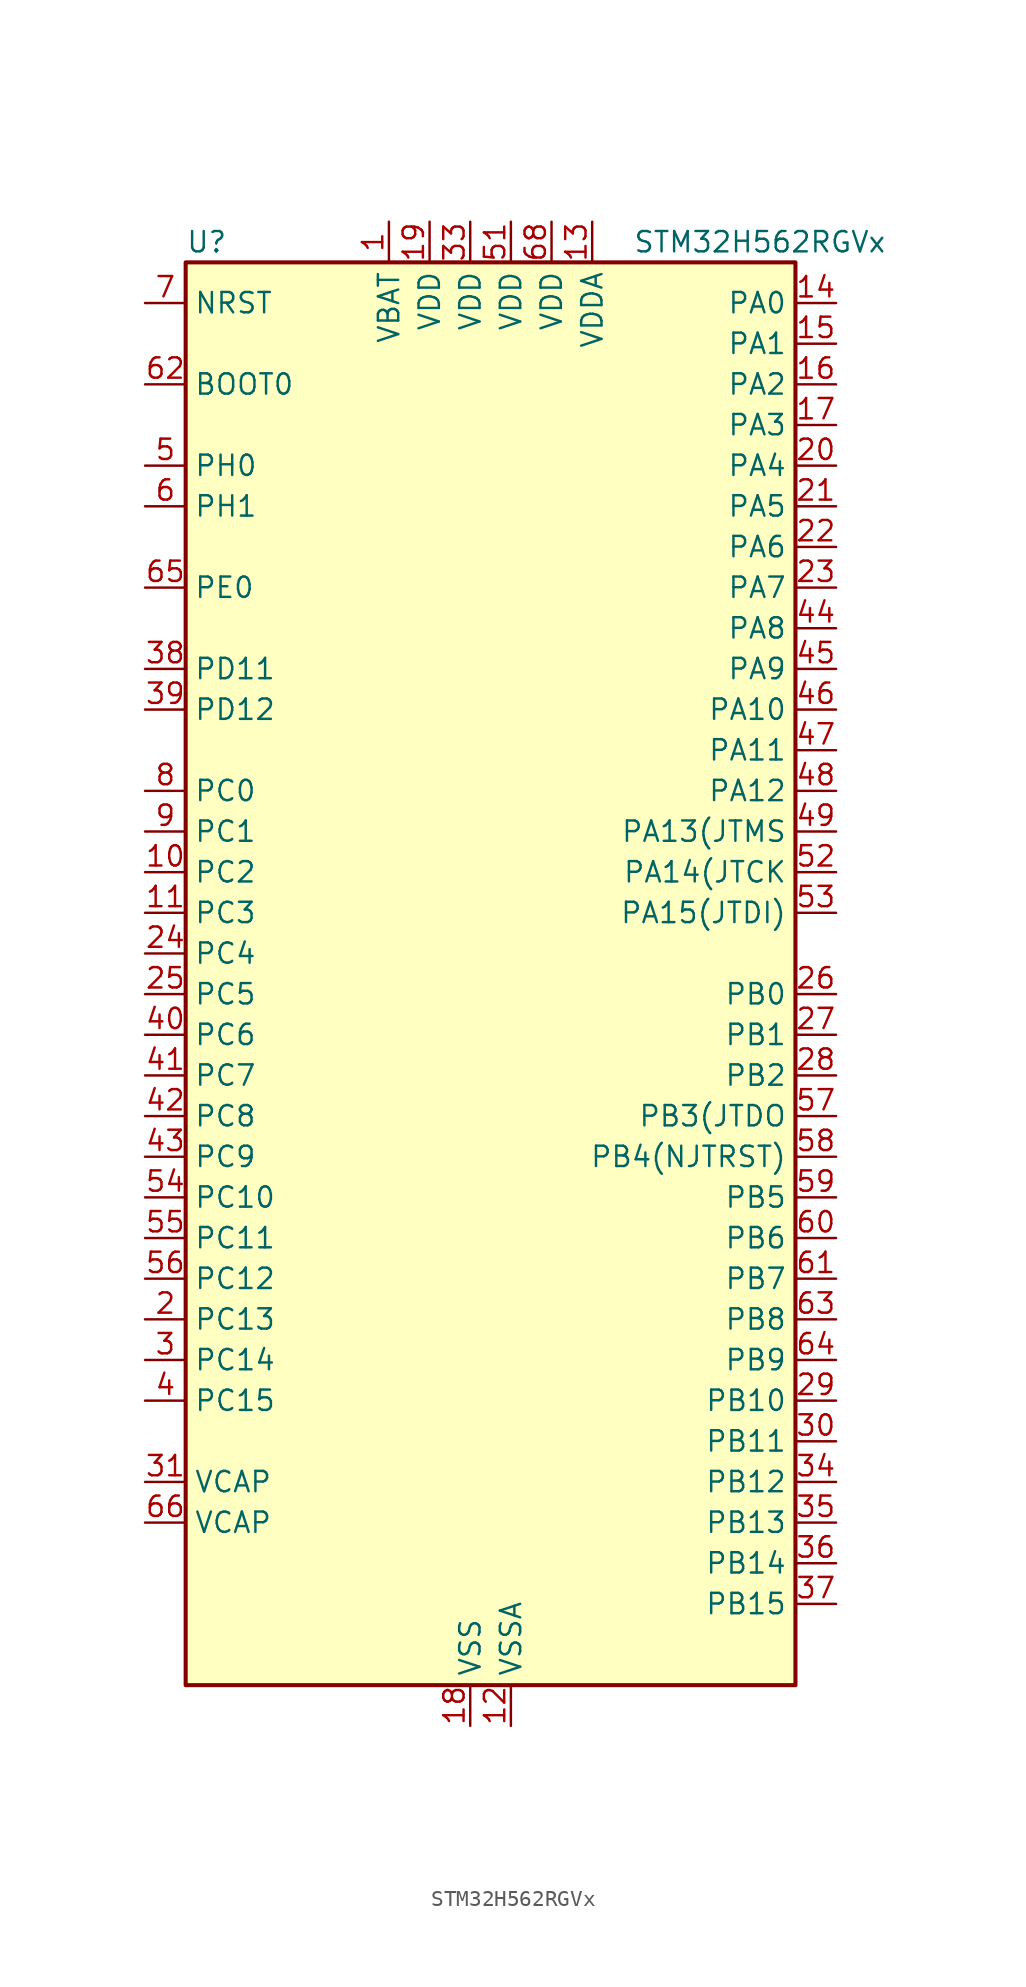
<source format=kicad_sym>
(kicad_symbol_lib
  (version 20231120)
  (generator "kicad_symbol_editor")
  (generator_version "8.0")
  (symbol "STM32H562RGVx"
    (property "Reference" "U"
      (at -17.78 46.99 0)
      (effects (font (size 1.27 1.27)) (justify left)))
    (property "Value" "STM32H562RGVx"
      (at 10.16 46.99 0)
      (effects (font (size 1.27 1.27)) (justify left)))
    (property "ki_locked" ""
      (at 0 0 0)
      (effects (font (size 1.27 1.27))))
    (symbol "STM32H562RGVx_0_1"
      (rectangle (start -17.78 -43.18) (end 20.32 45.72) (stroke (width 0.254) (type default)) (fill (type background))))
    (symbol "STM32H562RGVx_1_1"
      (pin power_in line (at -5.08 48.26 270) (length 2.54) (name "VBAT" (effects (font (size 1.27 1.27)))) (number "1" (effects (font (size 1.27 1.27)))))
      (pin bidirectional line (at -20.32 7.62 0) (length 2.54) (name "PC2" (effects (font (size 1.27 1.27)))) (number "10" (effects (font (size 1.27 1.27)))) (alternate "ADC1_INN11" bidirectional line) (alternate "ADC1_INP12" bidirectional line) (alternate "ADC2_INN11" bidirectional line) (alternate "ADC2_INP12" bidirectional line) (alternate "I2S2_SDI" bidirectional line) (alternate "OCTOSPI1_IO2" bidirectional line) (alternate "OCTOSPI1_IO5" bidirectional line) (alternate "PWR_CSLEEP" bidirectional line) (alternate "SPI2_MISO" bidirectional line) (alternate "TIM17_CH1" bidirectional line) (alternate "TIM4_CH4" bidirectional line))
      (pin bidirectional line (at -20.32 5.08 0) (length 2.54) (name "PC3" (effects (font (size 1.27 1.27)))) (number "11" (effects (font (size 1.27 1.27)))) (alternate "ADC1_INN12" bidirectional line) (alternate "ADC1_INP13" bidirectional line) (alternate "ADC2_INN12" bidirectional line) (alternate "ADC2_INP13" bidirectional line) (alternate "I2S2_SDO" bidirectional line) (alternate "LPTIM3_CH1" bidirectional line) (alternate "OCTOSPI1_IO0" bidirectional line) (alternate "OCTOSPI1_IO6" bidirectional line) (alternate "PWR_CSTOP" bidirectional line) (alternate "SAI1_D3" bidirectional line) (alternate "SPI2_MOSI" bidirectional line))
      (pin power_in line (at 2.54 -45.72 90) (length 2.54) (name "VSSA" (effects (font (size 1.27 1.27)))) (number "12" (effects (font (size 1.27 1.27)))))
      (pin power_in line (at 7.62 48.26 270) (length 2.54) (name "VDDA" (effects (font (size 1.27 1.27)))) (number "13" (effects (font (size 1.27 1.27)))))
      (pin bidirectional line (at 22.86 43.18 180) (length 2.54) (name "PA0" (effects (font (size 1.27 1.27)))) (number "14" (effects (font (size 1.27 1.27)))) (alternate "ADC1_INN1" bidirectional line) (alternate "ADC1_INP0" bidirectional line) (alternate "ADC2_INN1" bidirectional line) (alternate "ADC2_INP0" bidirectional line) (alternate "PWR_WKUP1" bidirectional line) (alternate "SAI2_SD_B" bidirectional line) (alternate "SPI3_RDY" bidirectional line) (alternate "SPI6_NSS" bidirectional line) (alternate "TAMP_IN2" bidirectional line) (alternate "TAMP_OUT1" bidirectional line) (alternate "TIM15_BKIN" bidirectional line) (alternate "TIM2_CH1" bidirectional line) (alternate "TIM2_ETR" bidirectional line) (alternate "TIM5_CH1" bidirectional line) (alternate "TIM8_ETR" bidirectional line) (alternate "UART4_TX" bidirectional line) (alternate "USART2_CTS" bidirectional line) (alternate "USART2_NSS" bidirectional line))
      (pin bidirectional line (at 22.86 40.64 180) (length 2.54) (name "PA1" (effects (font (size 1.27 1.27)))) (number "15" (effects (font (size 1.27 1.27)))) (alternate "ADC1_INP1" bidirectional line) (alternate "ADC2_INP1" bidirectional line) (alternate "LPTIM1_IN1" bidirectional line) (alternate "OCTOSPI1_DQS" bidirectional line) (alternate "OCTOSPI1_IO3" bidirectional line) (alternate "SAI2_MCLK_B" bidirectional line) (alternate "TAMP_IN5" bidirectional line) (alternate "TAMP_OUT4" bidirectional line) (alternate "TIM15_CH1N" bidirectional line) (alternate "TIM2_CH2" bidirectional line) (alternate "TIM5_CH2" bidirectional line) (alternate "UART4_RX" bidirectional line) (alternate "USART2_RTS" bidirectional line))
      (pin bidirectional line (at 22.86 38.1 180) (length 2.54) (name "PA2" (effects (font (size 1.27 1.27)))) (number "16" (effects (font (size 1.27 1.27)))) (alternate "ADC1_INP14" bidirectional line) (alternate "ADC2_INP14" bidirectional line) (alternate "LPTIM1_IN2" bidirectional line) (alternate "PWR_WKUP2" bidirectional line) (alternate "SAI2_SCK_B" bidirectional line) (alternate "TAMP_IN4" bidirectional line) (alternate "TAMP_OUT3" bidirectional line) (alternate "TIM15_CH1" bidirectional line) (alternate "TIM2_CH3" bidirectional line) (alternate "TIM5_CH3" bidirectional line) (alternate "USART2_TX" bidirectional line))
      (pin bidirectional line (at 22.86 35.56 180) (length 2.54) (name "PA3" (effects (font (size 1.27 1.27)))) (number "17" (effects (font (size 1.27 1.27)))) (alternate "ADC1_INP15" bidirectional line) (alternate "ADC2_INP15" bidirectional line) (alternate "I2S2_WS" bidirectional line) (alternate "OCTOSPI1_CLK" bidirectional line) (alternate "SAI1_SD_B" bidirectional line) (alternate "SPI2_NSS" bidirectional line) (alternate "TIM15_CH2" bidirectional line) (alternate "TIM2_CH4" bidirectional line) (alternate "TIM5_CH4" bidirectional line) (alternate "USART2_RX" bidirectional line))
      (pin power_in line (at 0 -45.72 90) (length 2.54) (name "VSS" (effects (font (size 1.27 1.27)))) (number "18" (effects (font (size 1.27 1.27)))))
      (pin power_in line (at -2.54 48.26 270) (length 2.54) (name "VDD" (effects (font (size 1.27 1.27)))) (number "19" (effects (font (size 1.27 1.27)))))
      (pin bidirectional line (at -20.32 -20.32 0) (length 2.54) (name "PC13" (effects (font (size 1.27 1.27)))) (number "2" (effects (font (size 1.27 1.27)))) (alternate "PWR_WKUP4" bidirectional line) (alternate "RTC_OUT1" bidirectional line) (alternate "RTC_TS" bidirectional line) (alternate "TAMP_IN1" bidirectional line) (alternate "TAMP_OUT2" bidirectional line) (alternate "TAMP_OUT3" bidirectional line))
      (pin bidirectional line (at 22.86 33.02 180) (length 2.54) (name "PA4" (effects (font (size 1.27 1.27)))) (number "20" (effects (font (size 1.27 1.27)))) (alternate "ADC1_INP18" bidirectional line) (alternate "ADC2_INP18" bidirectional line) (alternate "DAC1_OUT1" bidirectional line) (alternate "DCMI_HSYNC" bidirectional line) (alternate "I2S1_WS" bidirectional line) (alternate "I2S3_WS" bidirectional line) (alternate "LPTIM2_CH1" bidirectional line) (alternate "PSSI_DE" bidirectional line) (alternate "SPI1_NSS" bidirectional line) (alternate "SPI3_NSS" bidirectional line) (alternate "SPI6_NSS" bidirectional line) (alternate "TIM5_ETR" bidirectional line) (alternate "USART2_CK" bidirectional line))
      (pin bidirectional line (at 22.86 30.48 180) (length 2.54) (name "PA5" (effects (font (size 1.27 1.27)))) (number "21" (effects (font (size 1.27 1.27)))) (alternate "ADC1_INN18" bidirectional line) (alternate "ADC1_INP19" bidirectional line) (alternate "ADC2_INN18" bidirectional line) (alternate "ADC2_INP19" bidirectional line) (alternate "DAC1_OUT2" bidirectional line) (alternate "I2S1_CK" bidirectional line) (alternate "PSSI_D14" bidirectional line) (alternate "SPI1_SCK" bidirectional line) (alternate "SPI6_SCK" bidirectional line) (alternate "TIM2_CH1" bidirectional line) (alternate "TIM2_ETR" bidirectional line) (alternate "TIM8_CH1N" bidirectional line))
      (pin bidirectional line (at 22.86 27.94 180) (length 2.54) (name "PA6" (effects (font (size 1.27 1.27)))) (number "22" (effects (font (size 1.27 1.27)))) (alternate "ADC1_INP3" bidirectional line) (alternate "ADC2_INP3" bidirectional line) (alternate "DCMI_PIXCLK" bidirectional line) (alternate "I2S1_SDI" bidirectional line) (alternate "OCTOSPI1_IO3" bidirectional line) (alternate "PSSI_PDCK" bidirectional line) (alternate "SPI1_MISO" bidirectional line) (alternate "SPI6_MISO" bidirectional line) (alternate "TIM13_CH1" bidirectional line) (alternate "TIM1_BKIN" bidirectional line) (alternate "TIM3_CH1" bidirectional line) (alternate "TIM8_BKIN" bidirectional line) (alternate "USART11_TX" bidirectional line))
      (pin bidirectional line (at 22.86 25.4 180) (length 2.54) (name "PA7" (effects (font (size 1.27 1.27)))) (number "23" (effects (font (size 1.27 1.27)))) (alternate "ADC1_INN3" bidirectional line) (alternate "ADC1_INP7" bidirectional line) (alternate "ADC2_INN3" bidirectional line) (alternate "ADC2_INP7" bidirectional line) (alternate "I2S1_SDO" bidirectional line) (alternate "OCTOSPI1_IO2" bidirectional line) (alternate "SPI1_MOSI" bidirectional line) (alternate "SPI6_MOSI" bidirectional line) (alternate "TIM14_CH1" bidirectional line) (alternate "TIM1_CH1N" bidirectional line) (alternate "TIM3_CH2" bidirectional line) (alternate "TIM8_CH1N" bidirectional line) (alternate "USART11_RX" bidirectional line))
      (pin bidirectional line (at -20.32 2.54 0) (length 2.54) (name "PC4" (effects (font (size 1.27 1.27)))) (number "24" (effects (font (size 1.27 1.27)))) (alternate "ADC1_INP4" bidirectional line) (alternate "ADC2_INP4" bidirectional line) (alternate "I2S1_MCK" bidirectional line) (alternate "LPTIM2_ETR" bidirectional line) (alternate "SAI1_CK1" bidirectional line) (alternate "TIM2_CH4" bidirectional line) (alternate "USART3_RX" bidirectional line))
      (pin bidirectional line (at -20.32 0 0) (length 2.54) (name "PC5" (effects (font (size 1.27 1.27)))) (number "25" (effects (font (size 1.27 1.27)))) (alternate "ADC1_INN4" bidirectional line) (alternate "ADC1_INP8" bidirectional line) (alternate "ADC2_INN4" bidirectional line) (alternate "ADC2_INP8" bidirectional line) (alternate "OCTOSPI1_DQS" bidirectional line) (alternate "PSSI_D15" bidirectional line) (alternate "SAI1_D3" bidirectional line) (alternate "SAI1_FS_A" bidirectional line) (alternate "TIM1_CH4N" bidirectional line))
      (pin bidirectional line (at 22.86 0 180) (length 2.54) (name "PB0" (effects (font (size 1.27 1.27)))) (number "26" (effects (font (size 1.27 1.27)))) (alternate "ADC1_INN5" bidirectional line) (alternate "ADC1_INP9" bidirectional line) (alternate "ADC2_INN5" bidirectional line) (alternate "ADC2_INP9" bidirectional line) (alternate "LPTIM3_CH1" bidirectional line) (alternate "OCTOSPI1_IO1" bidirectional line) (alternate "TIM1_CH2N" bidirectional line) (alternate "TIM3_CH3" bidirectional line) (alternate "TIM8_CH2N" bidirectional line) (alternate "UART4_CTS" bidirectional line) (alternate "USART11_CK" bidirectional line))
      (pin bidirectional line (at 22.86 -2.54 180) (length 2.54) (name "PB1" (effects (font (size 1.27 1.27)))) (number "27" (effects (font (size 1.27 1.27)))) (alternate "ADC1_INP5" bidirectional line) (alternate "ADC2_INP5" bidirectional line) (alternate "LPTIM3_CH2" bidirectional line) (alternate "OCTOSPI1_IO0" bidirectional line) (alternate "TIM1_CH3N" bidirectional line) (alternate "TIM3_CH4" bidirectional line) (alternate "TIM8_CH3N" bidirectional line))
      (pin bidirectional line (at 22.86 -5.08 180) (length 2.54) (name "PB2" (effects (font (size 1.27 1.27)))) (number "28" (effects (font (size 1.27 1.27)))) (alternate "I2S3_SDO" bidirectional line) (alternate "LPTIM1_CH1" bidirectional line) (alternate "LPTIM5_ETR" bidirectional line) (alternate "OCTOSPI1_CLK" bidirectional line) (alternate "OCTOSPI1_DQS" bidirectional line) (alternate "RCC_LSCO" bidirectional line) (alternate "RTC_OUT2" bidirectional line) (alternate "SAI1_D1" bidirectional line) (alternate "SAI1_SD_A" bidirectional line) (alternate "SDMMC1_CMD" bidirectional line) (alternate "SPI1_RDY" bidirectional line) (alternate "SPI3_MOSI" bidirectional line) (alternate "TIM8_CH4N" bidirectional line))
      (pin bidirectional line (at 22.86 -25.4 180) (length 2.54) (name "PB10" (effects (font (size 1.27 1.27)))) (number "29" (effects (font (size 1.27 1.27)))) (alternate "I2C2_SCL" bidirectional line) (alternate "I2S2_CK" bidirectional line) (alternate "LPTIM2_IN1" bidirectional line) (alternate "LPTIM3_CH1" bidirectional line) (alternate "OCTOSPI1_NCS" bidirectional line) (alternate "SPI2_SCK" bidirectional line) (alternate "TIM2_CH3" bidirectional line) (alternate "USART3_TX" bidirectional line))
      (pin bidirectional line (at -20.32 -22.86 0) (length 2.54) (name "PC14" (effects (font (size 1.27 1.27)))) (number "3" (effects (font (size 1.27 1.27)))) (alternate "RCC_OSC32_IN" bidirectional line))
      (pin bidirectional line (at 22.86 -27.94 180) (length 2.54) (name "PB11" (effects (font (size 1.27 1.27)))) (number "30" (effects (font (size 1.27 1.27)))) (alternate "ADC1_EXTI11" bidirectional line) (alternate "ADC2_EXTI11" bidirectional line) (alternate "I2C2_SDA" bidirectional line) (alternate "LPTIM2_ETR" bidirectional line) (alternate "SPI2_RDY" bidirectional line) (alternate "TIM2_CH4" bidirectional line) (alternate "USART3_RX" bidirectional line))
      (pin power_out line (at -20.32 -30.48 0) (length 2.54) (name "VCAP" (effects (font (size 1.27 1.27)))) (number "31" (effects (font (size 1.27 1.27)))))
      (pin passive line (at 0 -45.72 90) (length 2.54) hide (name "VSS" (effects (font (size 1.27 1.27)))) (number "32" (effects (font (size 1.27 1.27)))))
      (pin power_in line (at 0 48.26 270) (length 2.54) (name "VDD" (effects (font (size 1.27 1.27)))) (number "33" (effects (font (size 1.27 1.27)))))
      (pin bidirectional line (at 22.86 -30.48 180) (length 2.54) (name "PB12" (effects (font (size 1.27 1.27)))) (number "34" (effects (font (size 1.27 1.27)))) (alternate "I2C2_SDA" bidirectional line) (alternate "I2S2_WS" bidirectional line) (alternate "OCTOSPI1_NCLK" bidirectional line) (alternate "SPI2_NSS" bidirectional line) (alternate "TIM1_BKIN" bidirectional line) (alternate "UART5_RX" bidirectional line) (alternate "UCPD1_FRSTX" bidirectional line) (alternate "USART3_CK" bidirectional line))
      (pin bidirectional line (at 22.86 -33.02 180) (length 2.54) (name "PB13" (effects (font (size 1.27 1.27)))) (number "35" (effects (font (size 1.27 1.27)))) (alternate "I2C2_SMBA" bidirectional line) (alternate "I2S2_CK" bidirectional line) (alternate "LPTIM2_CH1" bidirectional line) (alternate "LPTIM3_IN1" bidirectional line) (alternate "SDMMC1_D0" bidirectional line) (alternate "SPI2_SCK" bidirectional line) (alternate "TIM1_CH1N" bidirectional line) (alternate "UART5_TX" bidirectional line) (alternate "UCPD1_CC1" bidirectional line) (alternate "USART3_CTS" bidirectional line) (alternate "USART3_NSS" bidirectional line))
      (pin bidirectional line (at 22.86 -35.56 180) (length 2.54) (name "PB14" (effects (font (size 1.27 1.27)))) (number "36" (effects (font (size 1.27 1.27)))) (alternate "I2S2_SDI" bidirectional line) (alternate "LPTIM3_ETR" bidirectional line) (alternate "SPI2_MISO" bidirectional line) (alternate "TIM12_CH1" bidirectional line) (alternate "TIM1_CH2N" bidirectional line) (alternate "TIM8_CH2N" bidirectional line) (alternate "UART4_DE" bidirectional line) (alternate "UART4_RTS" bidirectional line) (alternate "UCPD1_CC2" bidirectional line) (alternate "USART1_TX" bidirectional line) (alternate "USART3_RTS" bidirectional line))
      (pin bidirectional line (at 22.86 -38.1 180) (length 2.54) (name "PB15" (effects (font (size 1.27 1.27)))) (number "37" (effects (font (size 1.27 1.27)))) (alternate "ADC1_EXTI15" bidirectional line) (alternate "ADC2_EXTI15" bidirectional line) (alternate "DCMI_D2" bidirectional line) (alternate "I2S2_SDO" bidirectional line) (alternate "OCTOSPI1_CLK" bidirectional line) (alternate "PSSI_D2" bidirectional line) (alternate "PWR_PVD_IN" bidirectional line) (alternate "RTC_REFIN" bidirectional line) (alternate "SPI2_MOSI" bidirectional line) (alternate "TIM12_CH2" bidirectional line) (alternate "TIM1_CH3N" bidirectional line) (alternate "TIM8_CH3N" bidirectional line) (alternate "UART4_CTS" bidirectional line) (alternate "UART5_RX" bidirectional line) (alternate "USART11_CTS" bidirectional line) (alternate "USART11_NSS" bidirectional line) (alternate "USART1_RX" bidirectional line))
      (pin bidirectional line (at -20.32 20.32 0) (length 2.54) (name "PD11" (effects (font (size 1.27 1.27)))) (number "38" (effects (font (size 1.27 1.27)))) (alternate "ADC1_EXTI11" bidirectional line) (alternate "ADC2_EXTI11" bidirectional line) (alternate "I2C4_SMBA" bidirectional line) (alternate "LPTIM2_IN2" bidirectional line) (alternate "OCTOSPI1_IO0" bidirectional line) (alternate "SAI1_CK1" bidirectional line) (alternate "SAI2_SD_A" bidirectional line) (alternate "UART4_RX" bidirectional line) (alternate "USART3_CTS" bidirectional line) (alternate "USART3_NSS" bidirectional line))
      (pin bidirectional line (at -20.32 17.78 0) (length 2.54) (name "PD12" (effects (font (size 1.27 1.27)))) (number "39" (effects (font (size 1.27 1.27)))) (alternate "DCMI_D12" bidirectional line) (alternate "I2C4_SCL" bidirectional line) (alternate "I3C1_SCL" bidirectional line) (alternate "LPTIM1_IN1" bidirectional line) (alternate "LPTIM2_IN1" bidirectional line) (alternate "OCTOSPI1_IO1" bidirectional line) (alternate "PSSI_D12" bidirectional line) (alternate "SAI1_D1" bidirectional line) (alternate "SAI2_FS_A" bidirectional line) (alternate "TIM4_CH1" bidirectional line) (alternate "UART4_TX" bidirectional line) (alternate "USART3_RTS" bidirectional line))
      (pin bidirectional line (at -20.32 -25.4 0) (length 2.54) (name "PC15" (effects (font (size 1.27 1.27)))) (number "4" (effects (font (size 1.27 1.27)))) (alternate "ADC1_EXTI15" bidirectional line) (alternate "ADC2_EXTI15" bidirectional line) (alternate "RCC_OSC32_OUT" bidirectional line))
      (pin bidirectional line (at -20.32 -2.54 0) (length 2.54) (name "PC6" (effects (font (size 1.27 1.27)))) (number "40" (effects (font (size 1.27 1.27)))) (alternate "DCMI_D0" bidirectional line) (alternate "I2S2_MCK" bidirectional line) (alternate "OCTOSPI1_IO5" bidirectional line) (alternate "PSSI_D0" bidirectional line) (alternate "SAI1_SCK_A" bidirectional line) (alternate "SDMMC1_D0DIR" bidirectional line) (alternate "SDMMC1_D6" bidirectional line) (alternate "TIM3_CH1" bidirectional line) (alternate "TIM8_CH1" bidirectional line) (alternate "USART6_TX" bidirectional line))
      (pin bidirectional line (at -20.32 -5.08 0) (length 2.54) (name "PC7" (effects (font (size 1.27 1.27)))) (number "41" (effects (font (size 1.27 1.27)))) (alternate "DCMI_D1" bidirectional line) (alternate "DEBUG_TRGIO" bidirectional line) (alternate "I2S3_MCK" bidirectional line) (alternate "OCTOSPI1_IO6" bidirectional line) (alternate "PSSI_D1" bidirectional line) (alternate "SDMMC1_D123DIR" bidirectional line) (alternate "SDMMC1_D7" bidirectional line) (alternate "TIM3_CH2" bidirectional line) (alternate "TIM8_CH2" bidirectional line) (alternate "USART6_RX" bidirectional line))
      (pin bidirectional line (at -20.32 -7.62 0) (length 2.54) (name "PC8" (effects (font (size 1.27 1.27)))) (number "42" (effects (font (size 1.27 1.27)))) (alternate "DCMI_D2" bidirectional line) (alternate "DEBUG_TRACED1" bidirectional line) (alternate "PSSI_D2" bidirectional line) (alternate "SDMMC1_D0" bidirectional line) (alternate "TIM3_CH3" bidirectional line) (alternate "TIM8_CH3" bidirectional line) (alternate "UART5_DE" bidirectional line) (alternate "UART5_RTS" bidirectional line) (alternate "USART6_CK" bidirectional line))
      (pin bidirectional line (at -20.32 -10.16 0) (length 2.54) (name "PC9" (effects (font (size 1.27 1.27)))) (number "43" (effects (font (size 1.27 1.27)))) (alternate "AUDIOCLK" bidirectional line) (alternate "DAC1_EXTI9" bidirectional line) (alternate "DCMI_D3" bidirectional line) (alternate "I2C3_SDA" bidirectional line) (alternate "OCTOSPI1_IO0" bidirectional line) (alternate "PSSI_D3" bidirectional line) (alternate "RCC_MCO_2" bidirectional line) (alternate "SDMMC1_D1" bidirectional line) (alternate "TIM3_CH4" bidirectional line) (alternate "TIM8_CH4" bidirectional line) (alternate "UART5_CTS" bidirectional line) (alternate "UCPD1_DB2" bidirectional line))
      (pin bidirectional line (at 22.86 22.86 180) (length 2.54) (name "PA8" (effects (font (size 1.27 1.27)))) (number "44" (effects (font (size 1.27 1.27)))) (alternate "DCMI_D3" bidirectional line) (alternate "I2C3_SCL" bidirectional line) (alternate "PSSI_D3" bidirectional line) (alternate "RCC_MCO_1" bidirectional line) (alternate "SPI1_RDY" bidirectional line) (alternate "TIM1_CH1" bidirectional line) (alternate "TIM8_BKIN2" bidirectional line) (alternate "UART7_RX" bidirectional line) (alternate "USART1_CK" bidirectional line) (alternate "USB_SOF" bidirectional line))
      (pin bidirectional line (at 22.86 20.32 180) (length 2.54) (name "PA9" (effects (font (size 1.27 1.27)))) (number "45" (effects (font (size 1.27 1.27)))) (alternate "DAC1_EXTI9" bidirectional line) (alternate "DCMI_D0" bidirectional line) (alternate "I2C3_SMBA" bidirectional line) (alternate "I2S2_CK" bidirectional line) (alternate "LPUART1_TX" bidirectional line) (alternate "PSSI_D0" bidirectional line) (alternate "SPI2_SCK" bidirectional line) (alternate "TIM1_CH2" bidirectional line) (alternate "UCPD1_DB1" bidirectional line) (alternate "USART1_TX" bidirectional line))
      (pin bidirectional line (at 22.86 17.78 180) (length 2.54) (name "PA10" (effects (font (size 1.27 1.27)))) (number "46" (effects (font (size 1.27 1.27)))) (alternate "DCMI_D1" bidirectional line) (alternate "LPTIM2_IN2" bidirectional line) (alternate "LPUART1_RX" bidirectional line) (alternate "PSSI_D1" bidirectional line) (alternate "SDMMC1_D0" bidirectional line) (alternate "TIM1_CH3" bidirectional line) (alternate "UCPD1_FRSTX" bidirectional line) (alternate "USART1_RX" bidirectional line))
      (pin bidirectional line (at 22.86 15.24 180) (length 2.54) (name "PA11" (effects (font (size 1.27 1.27)))) (number "47" (effects (font (size 1.27 1.27)))) (alternate "ADC1_EXTI11" bidirectional line) (alternate "ADC2_EXTI11" bidirectional line) (alternate "FDCAN1_RX" bidirectional line) (alternate "I2S2_WS" bidirectional line) (alternate "LPUART1_CTS" bidirectional line) (alternate "SPI2_NSS" bidirectional line) (alternate "TIM1_CH4" bidirectional line) (alternate "UART4_RX" bidirectional line) (alternate "USART1_CTS" bidirectional line) (alternate "USART1_NSS" bidirectional line) (alternate "USB_DM" bidirectional line))
      (pin bidirectional line (at 22.86 12.7 180) (length 2.54) (name "PA12" (effects (font (size 1.27 1.27)))) (number "48" (effects (font (size 1.27 1.27)))) (alternate "FDCAN1_TX" bidirectional line) (alternate "I2S2_CK" bidirectional line) (alternate "LPUART1_RTS" bidirectional line) (alternate "SAI2_FS_B" bidirectional line) (alternate "SPI2_SCK" bidirectional line) (alternate "TIM1_ETR" bidirectional line) (alternate "UART4_TX" bidirectional line) (alternate "USART1_RTS" bidirectional line) (alternate "USB_DP" bidirectional line))
      (pin bidirectional line (at 22.86 10.16 180) (length 2.54) (name "PA13(JTMS" (effects (font (size 1.27 1.27)))) (number "49" (effects (font (size 1.27 1.27)))) (alternate "DEBUG_JTMS-SWDIO" bidirectional line))
      (pin bidirectional line (at -20.32 33.02 0) (length 2.54) (name "PH0" (effects (font (size 1.27 1.27)))) (number "5" (effects (font (size 1.27 1.27)))) (alternate "RCC_OSC_IN" bidirectional line))
      (pin passive line (at 0 -45.72 90) (length 2.54) hide (name "VSS" (effects (font (size 1.27 1.27)))) (number "50" (effects (font (size 1.27 1.27)))))
      (pin power_in line (at 2.54 48.26 270) (length 2.54) (name "VDD" (effects (font (size 1.27 1.27)))) (number "51" (effects (font (size 1.27 1.27)))))
      (pin bidirectional line (at 22.86 7.62 180) (length 2.54) (name "PA14(JTCK" (effects (font (size 1.27 1.27)))) (number "52" (effects (font (size 1.27 1.27)))) (alternate "DEBUG_JTCK-SWCLK" bidirectional line))
      (pin bidirectional line (at 22.86 5.08 180) (length 2.54) (name "PA15(JTDI)" (effects (font (size 1.27 1.27)))) (number "53" (effects (font (size 1.27 1.27)))) (alternate "ADC1_EXTI15" bidirectional line) (alternate "ADC2_EXTI15" bidirectional line) (alternate "CEC" bidirectional line) (alternate "DCMI_D11" bidirectional line) (alternate "DEBUG_JTDI" bidirectional line) (alternate "I2S1_WS" bidirectional line) (alternate "I2S3_WS" bidirectional line) (alternate "LPTIM3_IN2" bidirectional line) (alternate "PSSI_D11" bidirectional line) (alternate "SPI1_NSS" bidirectional line) (alternate "SPI3_NSS" bidirectional line) (alternate "SPI6_NSS" bidirectional line) (alternate "TIM2_CH1" bidirectional line) (alternate "TIM2_ETR" bidirectional line) (alternate "UART4_DE" bidirectional line) (alternate "UART4_RTS" bidirectional line) (alternate "UART7_TX" bidirectional line))
      (pin bidirectional line (at -20.32 -12.7 0) (length 2.54) (name "PC10" (effects (font (size 1.27 1.27)))) (number "54" (effects (font (size 1.27 1.27)))) (alternate "DCMI_D8" bidirectional line) (alternate "I2S3_CK" bidirectional line) (alternate "LPTIM3_ETR" bidirectional line) (alternate "OCTOSPI1_IO1" bidirectional line) (alternate "PSSI_D8" bidirectional line) (alternate "SDMMC1_D2" bidirectional line) (alternate "SPI3_SCK" bidirectional line) (alternate "UART4_TX" bidirectional line) (alternate "USART3_TX" bidirectional line))
      (pin bidirectional line (at -20.32 -15.24 0) (length 2.54) (name "PC11" (effects (font (size 1.27 1.27)))) (number "55" (effects (font (size 1.27 1.27)))) (alternate "ADC1_EXTI11" bidirectional line) (alternate "ADC2_EXTI11" bidirectional line) (alternate "DCMI_D4" bidirectional line) (alternate "I2S3_SDI" bidirectional line) (alternate "LPTIM3_IN1" bidirectional line) (alternate "OCTOSPI1_NCS" bidirectional line) (alternate "PSSI_D4" bidirectional line) (alternate "SDMMC1_D3" bidirectional line) (alternate "SPI3_MISO" bidirectional line) (alternate "UART4_RX" bidirectional line) (alternate "USART3_RX" bidirectional line))
      (pin bidirectional line (at -20.32 -17.78 0) (length 2.54) (name "PC12" (effects (font (size 1.27 1.27)))) (number "56" (effects (font (size 1.27 1.27)))) (alternate "DCMI_D9" bidirectional line) (alternate "DEBUG_TRACED3" bidirectional line) (alternate "I2S3_SDO" bidirectional line) (alternate "PSSI_D9" bidirectional line) (alternate "SDMMC1_CK" bidirectional line) (alternate "SPI3_MOSI" bidirectional line) (alternate "SPI6_SCK" bidirectional line) (alternate "TIM15_CH1" bidirectional line) (alternate "UART5_TX" bidirectional line) (alternate "USART3_CK" bidirectional line))
      (pin bidirectional line (at 22.86 -7.62 180) (length 2.54) (name "PB3(JTDO" (effects (font (size 1.27 1.27)))) (number "57" (effects (font (size 1.27 1.27)))) (alternate "CRS_SYNC" bidirectional line) (alternate "DEBUG_JTDO-SWO" bidirectional line) (alternate "I2C2_SDA" bidirectional line) (alternate "I2S1_CK" bidirectional line) (alternate "I2S3_CK" bidirectional line) (alternate "LPTIM6_ETR" bidirectional line) (alternate "SPI1_SCK" bidirectional line) (alternate "SPI3_SCK" bidirectional line) (alternate "SPI6_SCK" bidirectional line) (alternate "TIM2_CH2" bidirectional line) (alternate "UART7_RX" bidirectional line))
      (pin bidirectional line (at 22.86 -10.16 180) (length 2.54) (name "PB4(NJTRST)" (effects (font (size 1.27 1.27)))) (number "58" (effects (font (size 1.27 1.27)))) (alternate "DCMI_D7" bidirectional line) (alternate "DEBUG_JTRST" bidirectional line) (alternate "I2S1_SDI" bidirectional line) (alternate "I2S2_WS" bidirectional line) (alternate "I2S3_SDI" bidirectional line) (alternate "LPTIM1_CH2" bidirectional line) (alternate "OCTOSPI1_CLK" bidirectional line) (alternate "PSSI_D7" bidirectional line) (alternate "SPI1_MISO" bidirectional line) (alternate "SPI2_NSS" bidirectional line) (alternate "SPI3_MISO" bidirectional line) (alternate "SPI6_MISO" bidirectional line) (alternate "TIM16_BKIN" bidirectional line) (alternate "TIM3_CH1" bidirectional line) (alternate "UART7_TX" bidirectional line))
      (pin bidirectional line (at 22.86 -12.7 180) (length 2.54) (name "PB5" (effects (font (size 1.27 1.27)))) (number "59" (effects (font (size 1.27 1.27)))) (alternate "DCMI_D10" bidirectional line) (alternate "I2C1_SMBA" bidirectional line) (alternate "I2C4_SMBA" bidirectional line) (alternate "I2S1_SDO" bidirectional line) (alternate "I2S3_SDO" bidirectional line) (alternate "OCTOSPI1_NCLK" bidirectional line) (alternate "PSSI_D10" bidirectional line) (alternate "SPI1_MOSI" bidirectional line) (alternate "SPI3_MOSI" bidirectional line) (alternate "SPI6_MOSI" bidirectional line) (alternate "TIM17_BKIN" bidirectional line) (alternate "TIM3_CH2" bidirectional line) (alternate "UART5_RX" bidirectional line))
      (pin bidirectional line (at -20.32 30.48 0) (length 2.54) (name "PH1" (effects (font (size 1.27 1.27)))) (number "6" (effects (font (size 1.27 1.27)))) (alternate "RCC_OSC_OUT" bidirectional line))
      (pin bidirectional line (at 22.86 -15.24 180) (length 2.54) (name "PB6" (effects (font (size 1.27 1.27)))) (number "60" (effects (font (size 1.27 1.27)))) (alternate "CEC" bidirectional line) (alternate "DCMI_D5" bidirectional line) (alternate "I2C1_SCL" bidirectional line) (alternate "I2C4_SCL" bidirectional line) (alternate "I3C1_SCL" bidirectional line) (alternate "LPUART1_TX" bidirectional line) (alternate "OCTOSPI1_NCS" bidirectional line) (alternate "PSSI_D5" bidirectional line) (alternate "TIM16_CH1N" bidirectional line) (alternate "TIM4_CH1" bidirectional line) (alternate "UART5_TX" bidirectional line) (alternate "USART1_TX" bidirectional line))
      (pin bidirectional line (at 22.86 -17.78 180) (length 2.54) (name "PB7" (effects (font (size 1.27 1.27)))) (number "61" (effects (font (size 1.27 1.27)))) (alternate "DCMI_VSYNC" bidirectional line) (alternate "FDCAN1_TX" bidirectional line) (alternate "I2C1_SDA" bidirectional line) (alternate "I2C4_SDA" bidirectional line) (alternate "I3C1_SDA" bidirectional line) (alternate "LPUART1_RX" bidirectional line) (alternate "PSSI_RDY" bidirectional line) (alternate "PWR_WKUP5" bidirectional line) (alternate "TIM17_CH1N" bidirectional line) (alternate "TIM4_CH2" bidirectional line) (alternate "USART1_RX" bidirectional line))
      (pin input line (at -20.32 38.1 0) (length 2.54) (name "BOOT0" (effects (font (size 1.27 1.27)))) (number "62" (effects (font (size 1.27 1.27)))))
      (pin bidirectional line (at 22.86 -20.32 180) (length 2.54) (name "PB8" (effects (font (size 1.27 1.27)))) (number "63" (effects (font (size 1.27 1.27)))) (alternate "DCMI_D6" bidirectional line) (alternate "FDCAN1_RX" bidirectional line) (alternate "I2C1_SCL" bidirectional line) (alternate "I2C4_SCL" bidirectional line) (alternate "I3C1_SCL" bidirectional line) (alternate "PSSI_D6" bidirectional line) (alternate "SDMMC1_CKIN" bidirectional line) (alternate "SDMMC1_D4" bidirectional line) (alternate "TIM16_CH1" bidirectional line) (alternate "TIM4_CH3" bidirectional line) (alternate "UART4_RX" bidirectional line))
      (pin bidirectional line (at 22.86 -22.86 180) (length 2.54) (name "PB9" (effects (font (size 1.27 1.27)))) (number "64" (effects (font (size 1.27 1.27)))) (alternate "DAC1_EXTI9" bidirectional line) (alternate "DCMI_D7" bidirectional line) (alternate "FDCAN1_TX" bidirectional line) (alternate "I2C1_SDA" bidirectional line) (alternate "I2C4_SDA" bidirectional line) (alternate "I2S2_WS" bidirectional line) (alternate "I3C1_SDA" bidirectional line) (alternate "PSSI_D7" bidirectional line) (alternate "SDMMC1_CDIR" bidirectional line) (alternate "SDMMC1_D5" bidirectional line) (alternate "SPI2_NSS" bidirectional line) (alternate "TIM17_CH1" bidirectional line) (alternate "TIM4_CH4" bidirectional line) (alternate "UART4_TX" bidirectional line))
      (pin bidirectional line (at -20.32 25.4 0) (length 2.54) (name "PE0" (effects (font (size 1.27 1.27)))) (number "65" (effects (font (size 1.27 1.27)))) (alternate "DCMI_D2" bidirectional line) (alternate "FDCAN1_RX" bidirectional line) (alternate "LPTIM1_ETR" bidirectional line) (alternate "LPTIM2_CH2" bidirectional line) (alternate "LPTIM2_ETR" bidirectional line) (alternate "PSSI_D2" bidirectional line) (alternate "SAI2_MCLK_A" bidirectional line) (alternate "SPI3_RDY" bidirectional line) (alternate "TIM4_ETR" bidirectional line))
      (pin power_out line (at -20.32 -33.02 0) (length 2.54) (name "VCAP" (effects (font (size 1.27 1.27)))) (number "66" (effects (font (size 1.27 1.27)))))
      (pin passive line (at 0 -45.72 90) (length 2.54) hide (name "VSS" (effects (font (size 1.27 1.27)))) (number "67" (effects (font (size 1.27 1.27)))))
      (pin power_in line (at 5.08 48.26 270) (length 2.54) (name "VDD" (effects (font (size 1.27 1.27)))) (number "68" (effects (font (size 1.27 1.27)))))
      (pin passive line (at 0 -45.72 90) (length 2.54) hide (name "VSS" (effects (font (size 1.27 1.27)))) (number "69" (effects (font (size 1.27 1.27)))))
      (pin input line (at -20.32 43.18 0) (length 2.54) (name "NRST" (effects (font (size 1.27 1.27)))) (number "7" (effects (font (size 1.27 1.27)))))
      (pin bidirectional line (at -20.32 12.7 0) (length 2.54) (name "PC0" (effects (font (size 1.27 1.27)))) (number "8" (effects (font (size 1.27 1.27)))) (alternate "ADC1_INP10" bidirectional line) (alternate "ADC2_INP10" bidirectional line) (alternate "OCTOSPI1_IO7" bidirectional line) (alternate "SAI1_MCLK_A" bidirectional line) (alternate "SAI2_FS_B" bidirectional line) (alternate "SPI2_RDY" bidirectional line) (alternate "TIM16_BKIN" bidirectional line))
      (pin bidirectional line (at -20.32 10.16 0) (length 2.54) (name "PC1" (effects (font (size 1.27 1.27)))) (number "9" (effects (font (size 1.27 1.27)))) (alternate "ADC1_INN10" bidirectional line) (alternate "ADC1_INP11" bidirectional line) (alternate "ADC2_INN10" bidirectional line) (alternate "ADC2_INP11" bidirectional line) (alternate "DEBUG_TRACED0" bidirectional line) (alternate "I2S2_SDO" bidirectional line) (alternate "OCTOSPI1_IO4" bidirectional line) (alternate "PWR_WKUP6" bidirectional line) (alternate "SAI1_D1" bidirectional line) (alternate "SAI1_SD_A" bidirectional line) (alternate "SAI2_SD_A" bidirectional line) (alternate "SPI2_MOSI" bidirectional line) (alternate "TAMP_IN3" bidirectional line) (alternate "TAMP_OUT5" bidirectional line) (alternate "USART11_RTS" bidirectional line)))))
</source>
